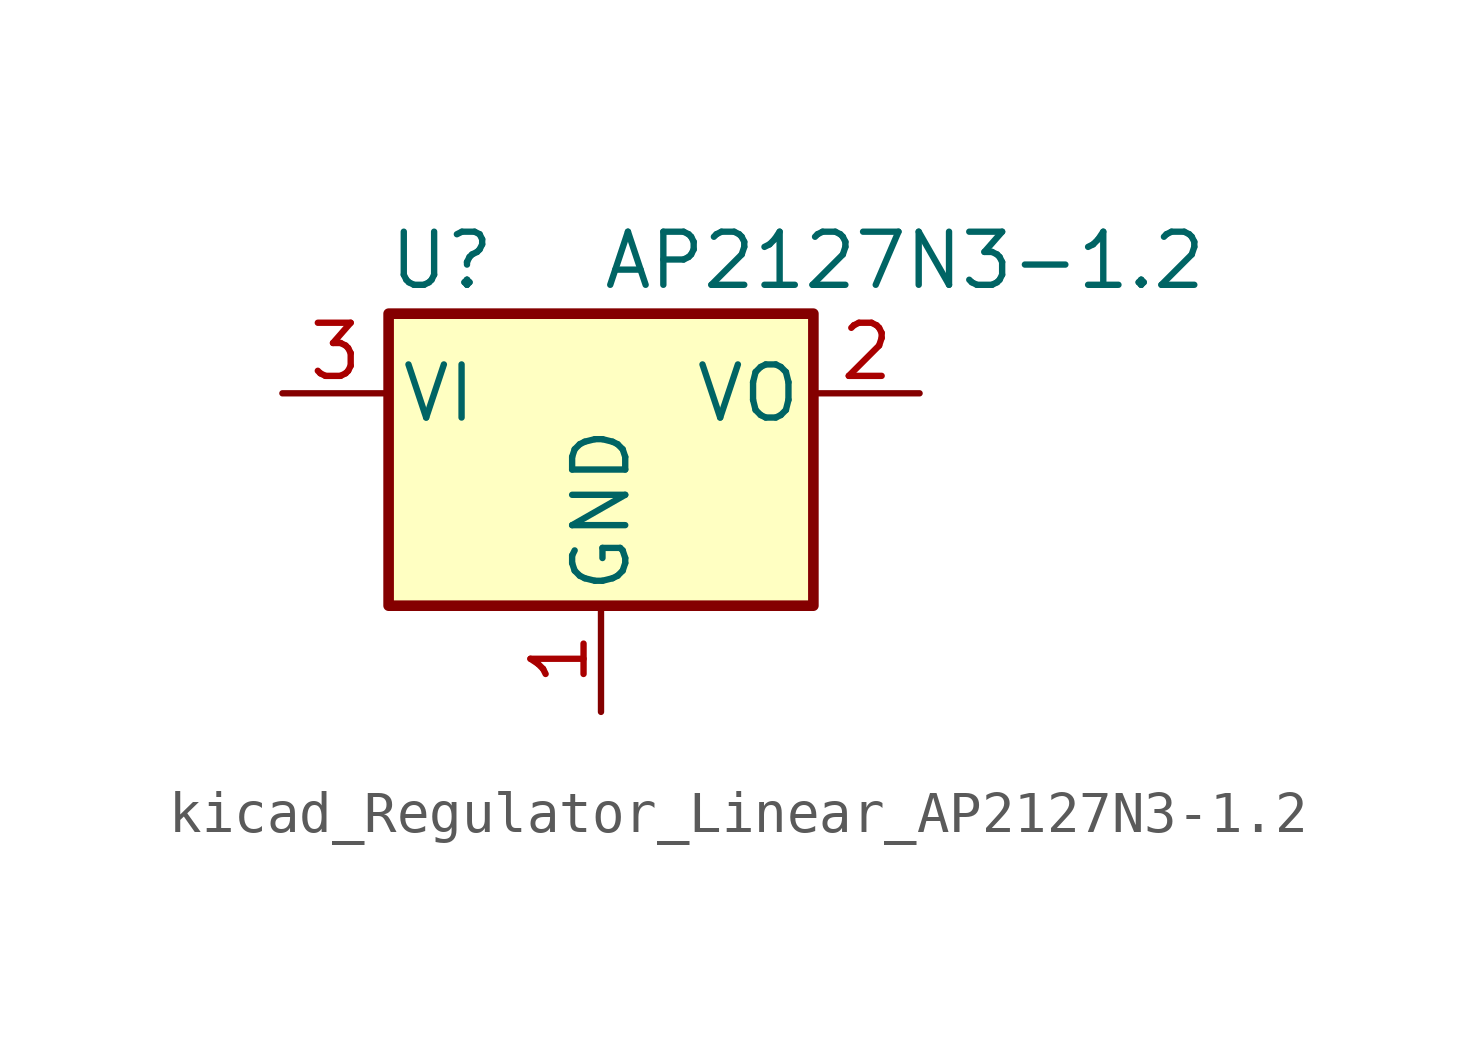
<source format=kicad_sym>
(kicad_symbol_lib
  (version 20220914)
  (generator kicad_symbol_editor)
  (symbol "kicad_Regulator_Linear_AP2127N3-1.2"
    (pin_names
      (offset 0.254))
    (property "Reference" "U"
      (at -3.81 3.175 0)
      (effects (font (size 1.27 1.27))))
    (property "Value" "AP2127N3-1.2"
      (at 0 3.175 0)
      (effects (font (size 1.27 1.27)) (justify left)))
    (symbol "kicad_Regulator_Linear_AP2127N3-1.2_0_1"
      (rectangle (start -5.08 1.905) (end 5.08 -5.08) (stroke (width 0.254) (type default)) (fill (type background))))
    (symbol "kicad_Regulator_Linear_AP2127N3-1.2_1_1"
      (pin power_in line (at 0 -7.62 90) (length 2.54) (name "GND" (effects (font (size 1.27 1.27)))) (number "1" (effects (font (size 1.27 1.27)))))
      (pin power_out line (at 7.62 0 180) (length 2.54) (name "VO" (effects (font (size 1.27 1.27)))) (number "2" (effects (font (size 1.27 1.27)))))
      (pin power_in line (at -7.62 0 0) (length 2.54) (name "VI" (effects (font (size 1.27 1.27)))) (number "3" (effects (font (size 1.27 1.27))))))))
</source>
